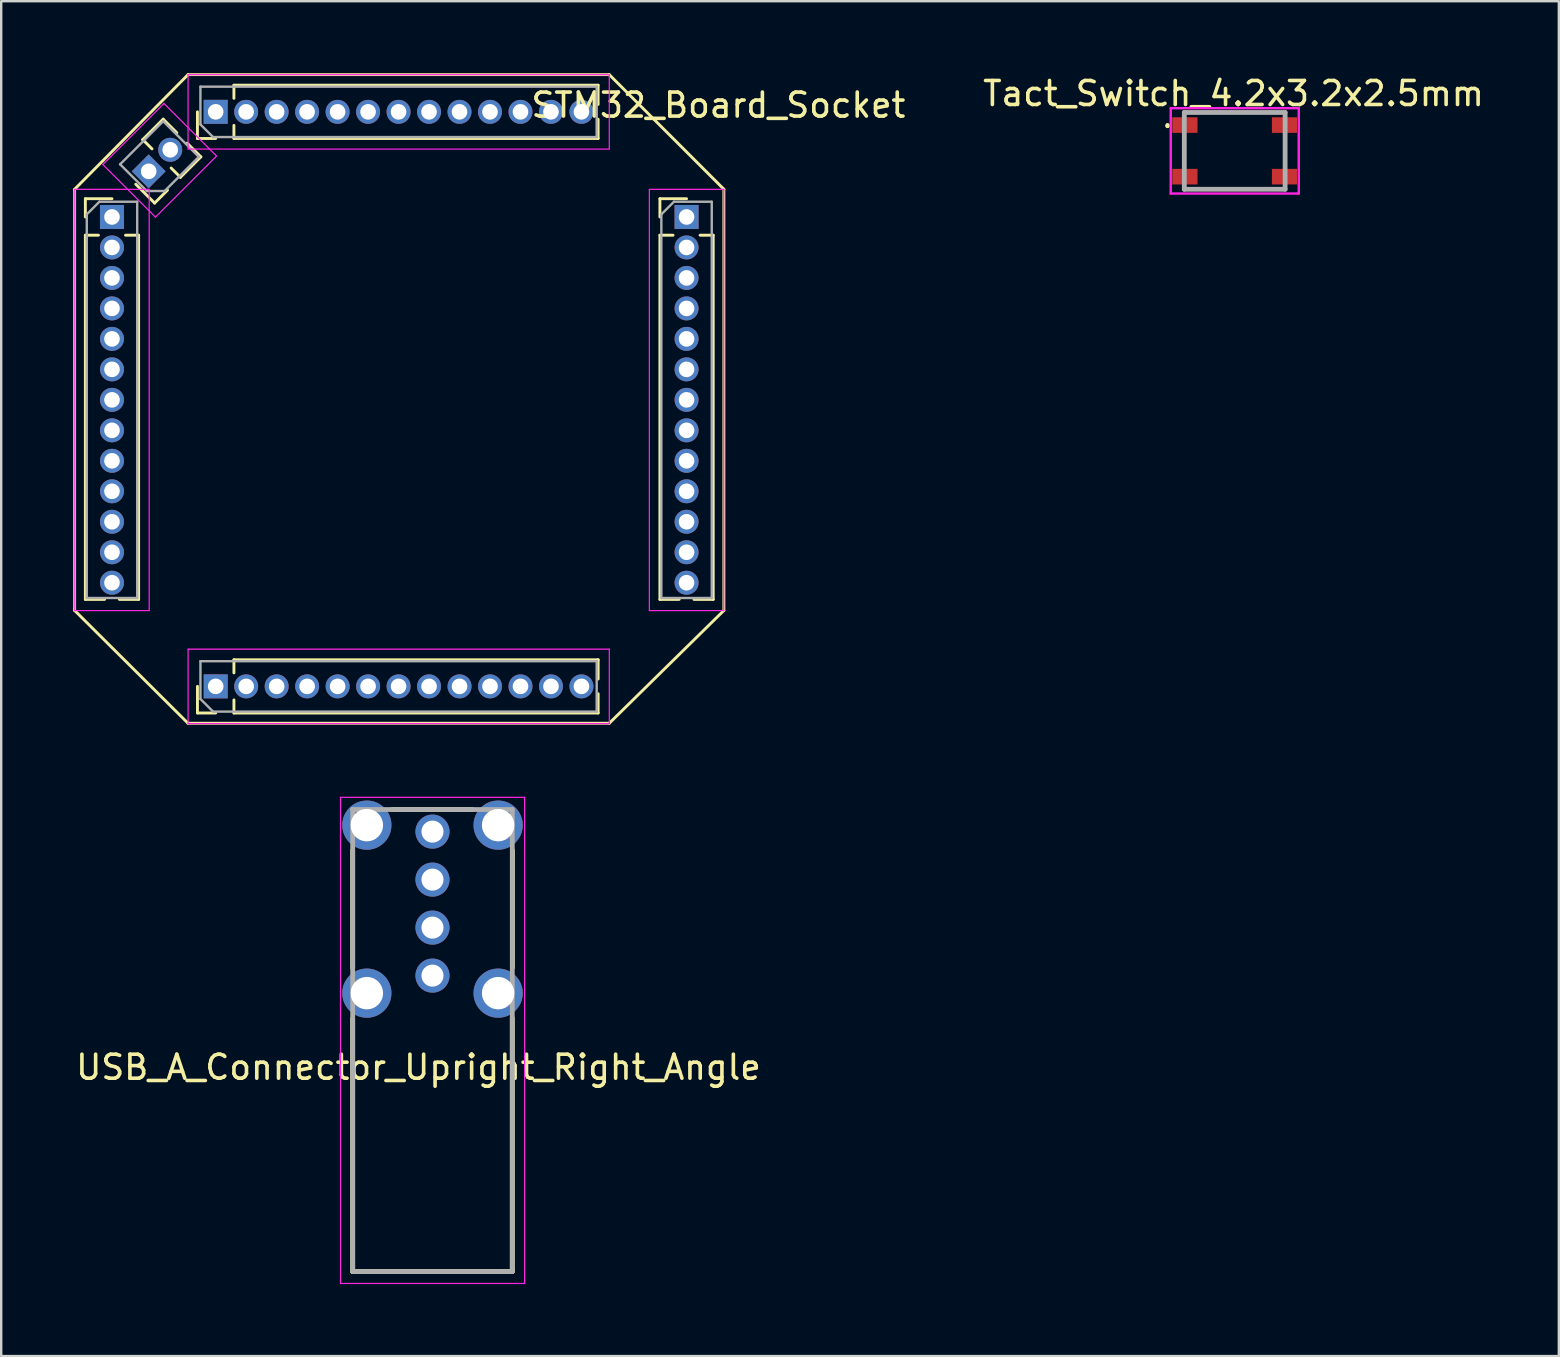
<source format=kicad_pcb>
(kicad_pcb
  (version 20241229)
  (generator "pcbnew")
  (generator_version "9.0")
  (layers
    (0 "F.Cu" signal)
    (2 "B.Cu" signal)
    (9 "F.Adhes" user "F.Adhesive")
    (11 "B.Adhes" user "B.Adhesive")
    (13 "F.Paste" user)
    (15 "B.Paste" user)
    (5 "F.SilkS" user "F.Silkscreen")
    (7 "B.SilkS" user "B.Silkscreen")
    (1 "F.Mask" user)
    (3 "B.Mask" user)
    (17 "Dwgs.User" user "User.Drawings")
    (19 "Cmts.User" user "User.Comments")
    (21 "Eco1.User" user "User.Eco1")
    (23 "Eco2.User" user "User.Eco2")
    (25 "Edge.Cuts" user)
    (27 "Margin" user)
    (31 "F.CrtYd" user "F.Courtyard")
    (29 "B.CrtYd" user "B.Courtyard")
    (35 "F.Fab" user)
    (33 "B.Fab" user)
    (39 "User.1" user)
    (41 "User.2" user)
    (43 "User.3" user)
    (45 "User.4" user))
  (footprint "STM32_Board_Socket"
    (layer "F.Cu")
    (at 13.547 13.598)
    (property "Reference" "STM32_Board_Socket" (at 13.335 -12.268 0) (layer "F.SilkS") (effects (font (size 1 1) (thickness 0.15))))
    (attr through_hole)
    (fp_line (start -13.487 -8.763) (end -8.763 -13.538) (stroke (width 0.12) (type solid)) (layer "F.SilkS"))
    (fp_line (start -13.487 8.788) (end -13.487 -8.763) (stroke (width 0.12) (type solid)) (layer "F.SilkS"))
    (fp_line (start -13.041 -8.368) (end -11.931 -8.368) (stroke (width 0.12) (type solid)) (layer "F.SilkS"))
    (fp_line (start -13.041 -7.608) (end -13.041 -8.368) (stroke (width 0.12) (type solid)) (layer "F.SilkS"))
    (fp_line (start -13.041 -6.848) (end -13.041 8.327) (stroke (width 0.12) (type solid)) (layer "F.SilkS"))
    (fp_line (start -13.041 -6.848) (end -12.494 -6.848) (stroke (width 0.12) (type solid)) (layer "F.SilkS"))
    (fp_line (start -13.041 8.327) (end -12.239 8.327) (stroke (width 0.12) (type solid)) (layer "F.SilkS"))
    (fp_line (start -11.623 8.327) (end -10.821 8.327) (stroke (width 0.12) (type solid)) (layer "F.SilkS"))
    (fp_line (start -11.368 -6.848) (end -10.821 -6.848) (stroke (width 0.12) (type solid)) (layer "F.SilkS"))
    (fp_line (start -10.821 -6.848) (end -10.821 8.327) (stroke (width 0.12) (type solid)) (layer "F.SilkS"))
    (fp_line (start -10.65 -10.831) (end -9.798 -11.683) (stroke (width 0.12) (type solid)) (layer "F.SilkS"))
    (fp_line (start -10.264 -10.445) (end -10.65 -10.831) (stroke (width 0.12) (type solid)) (layer "F.SilkS"))
    (fp_line (start -10.155 -8.187) (end -10.94 -8.972) (stroke (width 0.12) (type solid)) (layer "F.SilkS"))
    (fp_line (start -9.618 -8.724) (end -10.155 -8.187) (stroke (width 0.12) (type solid)) (layer "F.SilkS"))
    (fp_line (start -9.23 -11.116) (end -9.798 -11.683) (stroke (width 0.12) (type solid)) (layer "F.SilkS"))
    (fp_line (start -9.08 -9.261) (end -9.467 -9.648) (stroke (width 0.12) (type solid)) (layer "F.SilkS"))
    (fp_line (start -9.08 -9.261) (end -8.228 -10.113) (stroke (width 0.12) (type solid)) (layer "F.SilkS"))
    (fp_line (start -8.763 -13.538) (end 8.788 -13.538) (stroke (width 0.12) (type solid)) (layer "F.SilkS"))
    (fp_line (start -8.763 13.487) (end -13.487 8.788) (stroke (width 0.12) (type solid)) (layer "F.SilkS"))
    (fp_line (start -8.371 -10.878) (end -8.371 -11.988) (stroke (width 0.12) (type solid)) (layer "F.SilkS"))
    (fp_line (start -8.37 13.06) (end -8.37 11.95) (stroke (width 0.12) (type solid)) (layer "F.SilkS"))
    (fp_line (start -8.228 -10.113) (end -8.796 -10.681) (stroke (width 0.12) (type solid)) (layer "F.SilkS"))
    (fp_line (start -7.611 -10.878) (end -8.371 -10.878) (stroke (width 0.12) (type solid)) (layer "F.SilkS"))
    (fp_line (start -7.61 13.06) (end -8.37 13.06) (stroke (width 0.12) (type solid)) (layer "F.SilkS"))
    (fp_line (start -6.851 -13.098) (end 8.324 -13.098) (stroke (width 0.12) (type solid)) (layer "F.SilkS"))
    (fp_line (start -6.851 -12.552) (end -6.851 -13.098) (stroke (width 0.12) (type solid)) (layer "F.SilkS"))
    (fp_line (start -6.851 -10.878) (end -6.851 -11.425) (stroke (width 0.12) (type solid)) (layer "F.SilkS"))
    (fp_line (start -6.851 -10.878) (end 8.324 -10.878) (stroke (width 0.12) (type solid)) (layer "F.SilkS"))
    (fp_line (start -6.85 10.841) (end 8.325 10.841) (stroke (width 0.12) (type solid)) (layer "F.SilkS"))
    (fp_line (start -6.85 11.387) (end -6.85 10.841) (stroke (width 0.12) (type solid)) (layer "F.SilkS"))
    (fp_line (start -6.85 13.06) (end -6.85 12.514) (stroke (width 0.12) (type solid)) (layer "F.SilkS"))
    (fp_line (start -6.85 13.06) (end 8.325 13.06) (stroke (width 0.12) (type solid)) (layer "F.SilkS"))
    (fp_line (start 8.324 -12.296) (end 8.324 -13.098) (stroke (width 0.12) (type solid)) (layer "F.SilkS"))
    (fp_line (start 8.324 -10.878) (end 8.324 -11.681) (stroke (width 0.12) (type solid)) (layer "F.SilkS"))
    (fp_line (start 8.325 11.643) (end 8.325 10.841) (stroke (width 0.12) (type solid)) (layer "F.SilkS"))
    (fp_line (start 8.325 13.06) (end 8.325 12.258) (stroke (width 0.12) (type solid)) (layer "F.SilkS"))
    (fp_line (start 8.788 -13.538) (end 13.564 -8.763) (stroke (width 0.12) (type solid)) (layer "F.SilkS"))
    (fp_line (start 8.788 13.487) (end -8.763 13.487) (stroke (width 0.12) (type solid)) (layer "F.SilkS"))
    (fp_line (start 10.899 -8.368) (end 12.009 -8.368) (stroke (width 0.12) (type solid)) (layer "F.SilkS"))
    (fp_line (start 10.899 -7.608) (end 10.899 -8.368) (stroke (width 0.12) (type solid)) (layer "F.SilkS"))
    (fp_line (start 10.899 -6.848) (end 10.899 8.327) (stroke (width 0.12) (type solid)) (layer "F.SilkS"))
    (fp_line (start 10.899 -6.848) (end 11.446 -6.848) (stroke (width 0.12) (type solid)) (layer "F.SilkS"))
    (fp_line (start 10.899 8.327) (end 11.701 8.327) (stroke (width 0.12) (type solid)) (layer "F.SilkS"))
    (fp_line (start 12.317 8.327) (end 13.119 8.327) (stroke (width 0.12) (type solid)) (layer "F.SilkS"))
    (fp_line (start 12.572 -6.848) (end 13.119 -6.848) (stroke (width 0.12) (type solid)) (layer "F.SilkS"))
    (fp_line (start 13.119 -6.848) (end 13.119 8.327) (stroke (width 0.12) (type solid)) (layer "F.SilkS"))
    (fp_line (start 13.564 -8.763) (end 13.564 8.788) (stroke (width 0.12) (type solid)) (layer "F.SilkS"))
    (fp_line (start 13.564 8.788) (end 8.788 13.487) (stroke (width 0.12) (type solid)) (layer "F.SilkS"))
    (fp_line (start -13.481 -8.758) (end -13.481 8.792) (stroke (width 0.05) (type solid)) (layer "F.CrtYd"))
    (fp_line (start -13.481 8.792) (end -10.381 8.792) (stroke (width 0.05) (type solid)) (layer "F.CrtYd"))
    (fp_line (start -12.312 -9.792) (end -10.12 -7.6) (stroke (width 0.05) (type solid)) (layer "F.CrtYd"))
    (fp_line (start -10.381 -8.758) (end -13.481 -8.758) (stroke (width 0.05) (type solid)) (layer "F.CrtYd"))
    (fp_line (start -10.381 8.792) (end -10.381 -8.758) (stroke (width 0.05) (type solid)) (layer "F.CrtYd"))
    (fp_line (start -10.12 -7.6) (end -7.574 -10.145) (stroke (width 0.05) (type solid)) (layer "F.CrtYd"))
    (fp_line (start -9.766 -12.337) (end -12.312 -9.792) (stroke (width 0.05) (type solid)) (layer "F.CrtYd"))
    (fp_line (start -8.761 -13.538) (end -8.761 -10.438) (stroke (width 0.05) (type solid)) (layer "F.CrtYd"))
    (fp_line (start -8.761 -10.438) (end 8.789 -10.438) (stroke (width 0.05) (type solid)) (layer "F.CrtYd"))
    (fp_line (start -8.76 10.4) (end -8.76 13.501) (stroke (width 0.05) (type solid)) (layer "F.CrtYd"))
    (fp_line (start -8.76 13.501) (end 8.79 13.501) (stroke (width 0.05) (type solid)) (layer "F.CrtYd"))
    (fp_line (start -7.574 -10.145) (end -9.766 -12.337) (stroke (width 0.05) (type solid)) (layer "F.CrtYd"))
    (fp_line (start 8.789 -13.538) (end -8.761 -13.538) (stroke (width 0.05) (type solid)) (layer "F.CrtYd"))
    (fp_line (start 8.789 -10.438) (end 8.789 -13.538) (stroke (width 0.05) (type solid)) (layer "F.CrtYd"))
    (fp_line (start 8.79 10.4) (end -8.76 10.4) (stroke (width 0.05) (type solid)) (layer "F.CrtYd"))
    (fp_line (start 8.79 13.501) (end 8.79 10.4) (stroke (width 0.05) (type solid)) (layer "F.CrtYd"))
    (fp_line (start 10.459 -8.758) (end 10.459 8.792) (stroke (width 0.05) (type solid)) (layer "F.CrtYd"))
    (fp_line (start 10.459 8.792) (end 13.559 8.792) (stroke (width 0.05) (type solid)) (layer "F.CrtYd"))
    (fp_line (start 13.559 -8.758) (end 10.459 -8.758) (stroke (width 0.05) (type solid)) (layer "F.CrtYd"))
    (fp_line (start 13.559 8.792) (end 13.559 -8.758) (stroke (width 0.05) (type solid)) (layer "F.CrtYd"))
    (fp_line (start -12.981 -7.718) (end -12.456 -8.243) (stroke (width 0.1) (type solid)) (layer "F.Fab"))
    (fp_line (start -12.981 8.267) (end -12.981 -7.718) (stroke (width 0.1) (type solid)) (layer "F.Fab"))
    (fp_line (start -12.456 -8.243) (end -10.881 -8.243) (stroke (width 0.1) (type solid)) (layer "F.Fab"))
    (fp_line (start -11.594 -9.802) (end -9.798 -11.598) (stroke (width 0.1) (type solid)) (layer "F.Fab"))
    (fp_line (start -10.881 -8.243) (end -10.881 8.267) (stroke (width 0.1) (type solid)) (layer "F.Fab"))
    (fp_line (start -10.881 8.267) (end -12.981 8.267) (stroke (width 0.1) (type solid)) (layer "F.Fab"))
    (fp_line (start -10.48 -8.689) (end -11.594 -9.802) (stroke (width 0.1) (type solid)) (layer "F.Fab"))
    (fp_line (start -9.798 -11.598) (end -8.313 -10.113) (stroke (width 0.1) (type solid)) (layer "F.Fab"))
    (fp_line (start -9.738 -8.689) (end -10.48 -8.689) (stroke (width 0.1) (type solid)) (layer "F.Fab"))
    (fp_line (start -8.313 -10.113) (end -9.738 -8.689) (stroke (width 0.1) (type solid)) (layer "F.Fab"))
    (fp_line (start -8.246 -13.038) (end 8.264 -13.038) (stroke (width 0.1) (type solid)) (layer "F.Fab"))
    (fp_line (start -8.246 -11.463) (end -8.246 -13.038) (stroke (width 0.1) (type solid)) (layer "F.Fab"))
    (fp_line (start -8.245 10.9) (end 8.265 10.9) (stroke (width 0.1) (type solid)) (layer "F.Fab"))
    (fp_line (start -8.245 12.476) (end -8.245 10.9) (stroke (width 0.1) (type solid)) (layer "F.Fab"))
    (fp_line (start -7.721 -10.938) (end -8.246 -11.463) (stroke (width 0.1) (type solid)) (layer "F.Fab"))
    (fp_line (start -7.72 13.001) (end -8.245 12.476) (stroke (width 0.1) (type solid)) (layer "F.Fab"))
    (fp_line (start 8.264 -13.038) (end 8.264 -10.938) (stroke (width 0.1) (type solid)) (layer "F.Fab"))
    (fp_line (start 8.264 -10.938) (end -7.721 -10.938) (stroke (width 0.1) (type solid)) (layer "F.Fab"))
    (fp_line (start 8.265 10.9) (end 8.265 13.001) (stroke (width 0.1) (type solid)) (layer "F.Fab"))
    (fp_line (start 8.265 13.001) (end -7.72 13.001) (stroke (width 0.1) (type solid)) (layer "F.Fab"))
    (fp_line (start 10.959 -7.718) (end 11.484 -8.243) (stroke (width 0.1) (type solid)) (layer "F.Fab"))
    (fp_line (start 10.959 8.267) (end 10.959 -7.718) (stroke (width 0.1) (type solid)) (layer "F.Fab"))
    (fp_line (start 11.484 -8.243) (end 13.059 -8.243) (stroke (width 0.1) (type solid)) (layer "F.Fab"))
    (fp_line (start 13.059 -8.243) (end 13.059 8.267) (stroke (width 0.1) (type solid)) (layer "F.Fab"))
    (fp_line (start 13.059 8.267) (end 10.959 8.267) (stroke (width 0.1) (type solid)) (layer "F.Fab"))
    (pad "1" thru_hole rect (at -11.931 -7.608) (size 1 1) (drill 0.65) (layers "*.Cu" "*.Mask"))
    (pad "2" thru_hole oval (at -11.931 -6.338) (size 1 1) (drill 0.65) (layers "*.Cu" "*.Mask"))
    (pad "3" thru_hole oval (at -11.931 -5.068) (size 1 1) (drill 0.65) (layers "*.Cu" "*.Mask"))
    (pad "4" thru_hole oval (at -11.931 -3.798) (size 1 1) (drill 0.65) (layers "*.Cu" "*.Mask"))
    (pad "5" thru_hole oval (at -11.931 -2.528) (size 1 1) (drill 0.65) (layers "*.Cu" "*.Mask"))
    (pad "6" thru_hole oval (at -11.931 -1.258) (size 1 1) (drill 0.65) (layers "*.Cu" "*.Mask"))
    (pad "7" thru_hole oval (at -11.931 0.012) (size 1 1) (drill 0.65) (layers "*.Cu" "*.Mask"))
    (pad "8" thru_hole oval (at -11.931 1.282) (size 1 1) (drill 0.65) (layers "*.Cu" "*.Mask"))
    (pad "9" thru_hole oval (at -11.931 2.552) (size 1 1) (drill 0.65) (layers "*.Cu" "*.Mask"))
    (pad "10" thru_hole oval (at -11.931 3.822) (size 1 1) (drill 0.65) (layers "*.Cu" "*.Mask"))
    (pad "11" thru_hole oval (at -11.931 5.092) (size 1 1) (drill 0.65) (layers "*.Cu" "*.Mask"))
    (pad "12" thru_hole oval (at -11.931 6.362) (size 1 1) (drill 0.65) (layers "*.Cu" "*.Mask"))
    (pad "13" thru_hole oval (at -11.931 7.632) (size 1 1) (drill 0.65) (layers "*.Cu" "*.Mask"))
    (pad "14" thru_hole rect (at -7.61 11.95 90) (size 1 1) (drill 0.65) (layers "*.Cu" "*.Mask"))
    (pad "15" thru_hole oval (at -6.34 11.95 90) (size 1 1) (drill 0.65) (layers "*.Cu" "*.Mask"))
    (pad "16" thru_hole oval (at -5.07 11.95 90) (size 1 1) (drill 0.65) (layers "*.Cu" "*.Mask"))
    (pad "17" thru_hole oval (at -3.8 11.95 90) (size 1 1) (drill 0.65) (layers "*.Cu" "*.Mask"))
    (pad "18" thru_hole oval (at -2.53 11.95 90) (size 1 1) (drill 0.65) (layers "*.Cu" "*.Mask"))
    (pad "19" thru_hole oval (at -1.26 11.95 90) (size 1 1) (drill 0.65) (layers "*.Cu" "*.Mask"))
    (pad "20" thru_hole oval (at 0.01 11.95 90) (size 1 1) (drill 0.65) (layers "*.Cu" "*.Mask"))
    (pad "21" thru_hole oval (at 1.28 11.95 90) (size 1 1) (drill 0.65) (layers "*.Cu" "*.Mask"))
    (pad "22" thru_hole oval (at 2.55 11.95 90) (size 1 1) (drill 0.65) (layers "*.Cu" "*.Mask"))
    (pad "23" thru_hole oval (at 3.82 11.95 90) (size 1 1) (drill 0.65) (layers "*.Cu" "*.Mask"))
    (pad "24" thru_hole oval (at 5.09 11.95 90) (size 1 1) (drill 0.65) (layers "*.Cu" "*.Mask"))
    (pad "25" thru_hole oval (at 6.36 11.95 90) (size 1 1) (drill 0.65) (layers "*.Cu" "*.Mask"))
    (pad "26" thru_hole oval (at 7.63 11.95 90) (size 1 1) (drill 0.65) (layers "*.Cu" "*.Mask"))
    (pad "27" thru_hole oval (at 12.009 7.632) (size 1 1) (drill 0.65) (layers "*.Cu" "*.Mask"))
    (pad "28" thru_hole oval (at 12.009 6.362) (size 1 1) (drill 0.65) (layers "*.Cu" "*.Mask"))
    (pad "29" thru_hole oval (at 12.009 5.092) (size 1 1) (drill 0.65) (layers "*.Cu" "*.Mask"))
    (pad "30" thru_hole oval (at 12.009 3.822) (size 1 1) (drill 0.65) (layers "*.Cu" "*.Mask"))
    (pad "31" thru_hole oval (at 12.009 2.552) (size 1 1) (drill 0.65) (layers "*.Cu" "*.Mask"))
    (pad "32" thru_hole oval (at 12.009 1.282) (size 1 1) (drill 0.65) (layers "*.Cu" "*.Mask"))
    (pad "33" thru_hole oval (at 12.009 0.012) (size 1 1) (drill 0.65) (layers "*.Cu" "*.Mask"))
    (pad "34" thru_hole oval (at 12.009 -1.258) (size 1 1) (drill 0.65) (layers "*.Cu" "*.Mask"))
    (pad "35" thru_hole oval (at 12.009 -2.528) (size 1 1) (drill 0.65) (layers "*.Cu" "*.Mask"))
    (pad "36" thru_hole oval (at 12.009 -3.798) (size 1 1) (drill 0.65) (layers "*.Cu" "*.Mask"))
    (pad "37" thru_hole oval (at 12.009 -5.068) (size 1 1) (drill 0.65) (layers "*.Cu" "*.Mask"))
    (pad "38" thru_hole oval (at 12.009 -6.338) (size 1 1) (drill 0.65) (layers "*.Cu" "*.Mask"))
    (pad "39" thru_hole rect (at 12.009 -7.608) (size 1 1) (drill 0.65) (layers "*.Cu" "*.Mask"))
    (pad "40" thru_hole oval (at 7.629 -11.988 90) (size 1 1) (drill 0.65) (layers "*.Cu" "*.Mask"))
    (pad "41" thru_hole oval (at 6.359 -11.988 90) (size 1 1) (drill 0.65) (layers "*.Cu" "*.Mask"))
    (pad "42" thru_hole oval (at 5.089 -11.988 90) (size 1 1) (drill 0.65) (layers "*.Cu" "*.Mask"))
    (pad "43" thru_hole oval (at 3.819 -11.988 90) (size 1 1) (drill 0.65) (layers "*.Cu" "*.Mask"))
    (pad "44" thru_hole oval (at 2.549 -11.988 90) (size 1 1) (drill 0.65) (layers "*.Cu" "*.Mask"))
    (pad "45" thru_hole oval (at 1.279 -11.988 90) (size 1 1) (drill 0.65) (layers "*.Cu" "*.Mask"))
    (pad "46" thru_hole oval (at 0.009 -11.988 90) (size 1 1) (drill 0.65) (layers "*.Cu" "*.Mask"))
    (pad "47" thru_hole oval (at -1.261 -11.988 90) (size 1 1) (drill 0.65) (layers "*.Cu" "*.Mask"))
    (pad "48" thru_hole oval (at -2.531 -11.988 90) (size 1 1) (drill 0.65) (layers "*.Cu" "*.Mask"))
    (pad "49" thru_hole oval (at -3.801 -11.988 90) (size 1 1) (drill 0.65) (layers "*.Cu" "*.Mask"))
    (pad "50" thru_hole oval (at -5.071 -11.988 90) (size 1 1) (drill 0.65) (layers "*.Cu" "*.Mask"))
    (pad "51" thru_hole oval (at -6.341 -11.988 90) (size 1 1) (drill 0.65) (layers "*.Cu" "*.Mask"))
    (pad "52" thru_hole rect (at -7.611 -11.988 90) (size 1 1) (drill 0.65) (layers "*.Cu" "*.Mask"))
    (pad "53" thru_hole oval (at -9.504 -10.407 135) (size 1 1) (drill 0.65) (layers "*.Cu" "*.Mask"))
    (pad "54" thru_hole rect (at -10.402 -9.509 135) (size 1 1) (drill 0.65) (layers "*.Cu" "*.Mask")))
  (footprint "USB_A_Connector_Upright_Right_Angle"
    (layer "F.Cu")
    (at 11.645 30.679)
    (property "Reference" "USB_A_Connector_Upright_Right_Angle" (at 2.742 10.74 0) (layer "F.SilkS") (effects (font (size 1 1) (thickness 0.15))))
    (attr through_hole)
    (fp_line (start 0 6.604) (end 0 1.702) (stroke (width 0.2) (type solid)) (layer "F.SilkS"))
    (fp_line (start 0 19.25) (end 0 8.712) (stroke (width 0.2) (type solid)) (layer "F.SilkS"))
    (fp_line (start 0 19.25) (end 6.65 19.25) (stroke (width 0.2) (type solid)) (layer "F.SilkS"))
    (fp_line (start 4.978 0) (end 1.651 0) (stroke (width 0.2) (type solid)) (layer "F.SilkS"))
    (fp_line (start 6.65 19.25) (end 6.65 8.687) (stroke (width 0.2) (type solid)) (layer "F.SilkS"))
    (fp_line (start 6.655 6.579) (end 6.655 1.702) (stroke (width 0.2) (type solid)) (layer "F.SilkS"))
    (fp_line (start -0.508 19.748) (end -0.508 -0.508) (stroke (width 0.05) (type solid)) (layer "F.CrtYd"))
    (fp_line (start 7.163 -0.508) (end -0.508 -0.508) (stroke (width 0.05) (type solid)) (layer "F.CrtYd"))
    (fp_line (start 7.163 19.748) (end -0.508 19.748) (stroke (width 0.05) (type solid)) (layer "F.CrtYd"))
    (fp_line (start 7.163 19.748) (end 7.163 -0.508) (stroke (width 0.05) (type solid)) (layer "F.CrtYd"))
    (fp_line (start 0 0) (end 6.65 0) (stroke (width 0.2) (type solid)) (layer "F.Fab"))
    (fp_line (start 0 19.25) (end 0 0) (stroke (width 0.2) (type solid)) (layer "F.Fab"))
    (fp_line (start 6.65 0) (end 6.65 19.25) (stroke (width 0.2) (type solid)) (layer "F.Fab"))
    (fp_line (start 6.65 19.25) (end 0 19.25) (stroke (width 0.2) (type solid)) (layer "F.Fab"))
    (pad "1" thru_hole circle (at 3.325 0.921) (size 1.42 1.42) (drill 0.92) (layers "*.Cu" "*.Mask"))
    (pad "2" thru_hole circle (at 3.325 2.921) (size 1.42 1.42) (drill 0.92) (layers "*.Cu" "*.Mask"))
    (pad "3" thru_hole circle (at 3.325 4.921) (size 1.42 1.42) (drill 0.92) (layers "*.Cu" "*.Mask"))
    (pad "4" thru_hole circle (at 3.325 6.921) (size 1.42 1.42) (drill 0.92) (layers "*.Cu" "*.Mask"))
    (pad "5" thru_hole circle (at 0.59 0.651) (size 2.05 2.05) (drill 1.35) (layers "*.Cu" "*.Mask"))
    (pad "5" thru_hole circle (at 0.59 7.651) (size 2.05 2.05) (drill 1.35) (layers "*.Cu" "*.Mask"))
    (pad "5" thru_hole circle (at 6.06 0.651) (size 2.05 2.05) (drill 1.35) (layers "*.Cu" "*.Mask"))
    (pad "5" thru_hole circle (at 6.06 7.651) (size 2.05 2.05) (drill 1.35) (layers "*.Cu" "*.Mask")))
  (footprint "Tact_Switch_4.2x3.2x2.5mm"
    (layer "F.Cu")
    (at 48.27 3.236)
    (property "Reference" "Tact_Switch_4.2x3.2x2.5mm" (at 0.076 -2.388 0) (layer "F.SilkS") (effects (font (size 1 1) (thickness 0.15))))
    (attr smd)
    (fp_line (start -2.675 -1.1) (end -2.675 -1.1) (stroke (width 0.1) (type solid)) (layer "F.SilkS"))
    (fp_line (start -2.675 -1) (end -2.675 -1) (stroke (width 0.1) (type solid)) (layer "F.SilkS"))
    (fp_line (start -1.975 -1.6) (end 2.225 -1.6) (stroke (width 0.1) (type solid)) (layer "F.SilkS"))
    (fp_line (start -1.975 -0.5) (end -1.975 0.5) (stroke (width 0.1) (type solid)) (layer "F.SilkS"))
    (fp_line (start -1.975 1.6) (end 2.225 1.6) (stroke (width 0.1) (type solid)) (layer "F.SilkS"))
    (fp_line (start 2.225 -0.5) (end 2.225 0.5) (stroke (width 0.1) (type solid)) (layer "F.SilkS"))
    (fp_arc (start -2.675 -1.1) (mid -2.625 -1.05) (end -2.675 -1) (stroke (width 0.1) (type solid)) (layer "F.SilkS"))
    (fp_arc (start -2.675 -1) (mid -2.725 -1.05) (end -2.675 -1.1) (stroke (width 0.1) (type solid)) (layer "F.SilkS"))
    (fp_line (start -2.54 -1.778) (end 2.794 -1.778) (stroke (width 0.1) (type solid)) (layer "F.CrtYd"))
    (fp_line (start -2.54 1.778) (end -2.54 -1.778) (stroke (width 0.1) (type solid)) (layer "F.CrtYd"))
    (fp_line (start 2.794 -1.778) (end 2.794 1.778) (stroke (width 0.1) (type solid)) (layer "F.CrtYd"))
    (fp_line (start 2.794 1.778) (end -2.54 1.778) (stroke (width 0.1) (type solid)) (layer "F.CrtYd"))
    (fp_line (start -1.975 -1.6) (end 2.225 -1.6) (stroke (width 0.2) (type solid)) (layer "F.Fab"))
    (fp_line (start -1.975 1.6) (end -1.975 -1.6) (stroke (width 0.2) (type solid)) (layer "F.Fab"))
    (fp_line (start 2.225 -1.6) (end 2.225 1.6) (stroke (width 0.2) (type solid)) (layer "F.Fab"))
    (fp_line (start 2.225 1.6) (end -1.975 1.6) (stroke (width 0.2) (type solid)) (layer "F.Fab"))
    (pad "1" smd rect (at -1.95 -1.075 90) (size 0.65 1.05) (layers "F.Cu" "F.Mask" "F.Paste"))
    (pad "2" smd rect (at 2.2 -1.075 90) (size 0.65 1.05) (layers "F.Cu" "F.Mask" "F.Paste"))
    (pad "3" smd rect (at -1.95 1.075 90) (size 0.65 1.05) (layers "F.Cu" "F.Mask" "F.Paste"))
    (pad "4" smd rect (at 2.2 1.075 90) (size 0.65 1.05) (layers "F.Cu" "F.Mask" "F.Paste")))
  (gr_rect
    (start -3 -3)
    (end 61.9 53.452)
    (stroke (width 0.1) (type default))
    (fill no)
    (layer "Edge.Cuts")))
</source>
